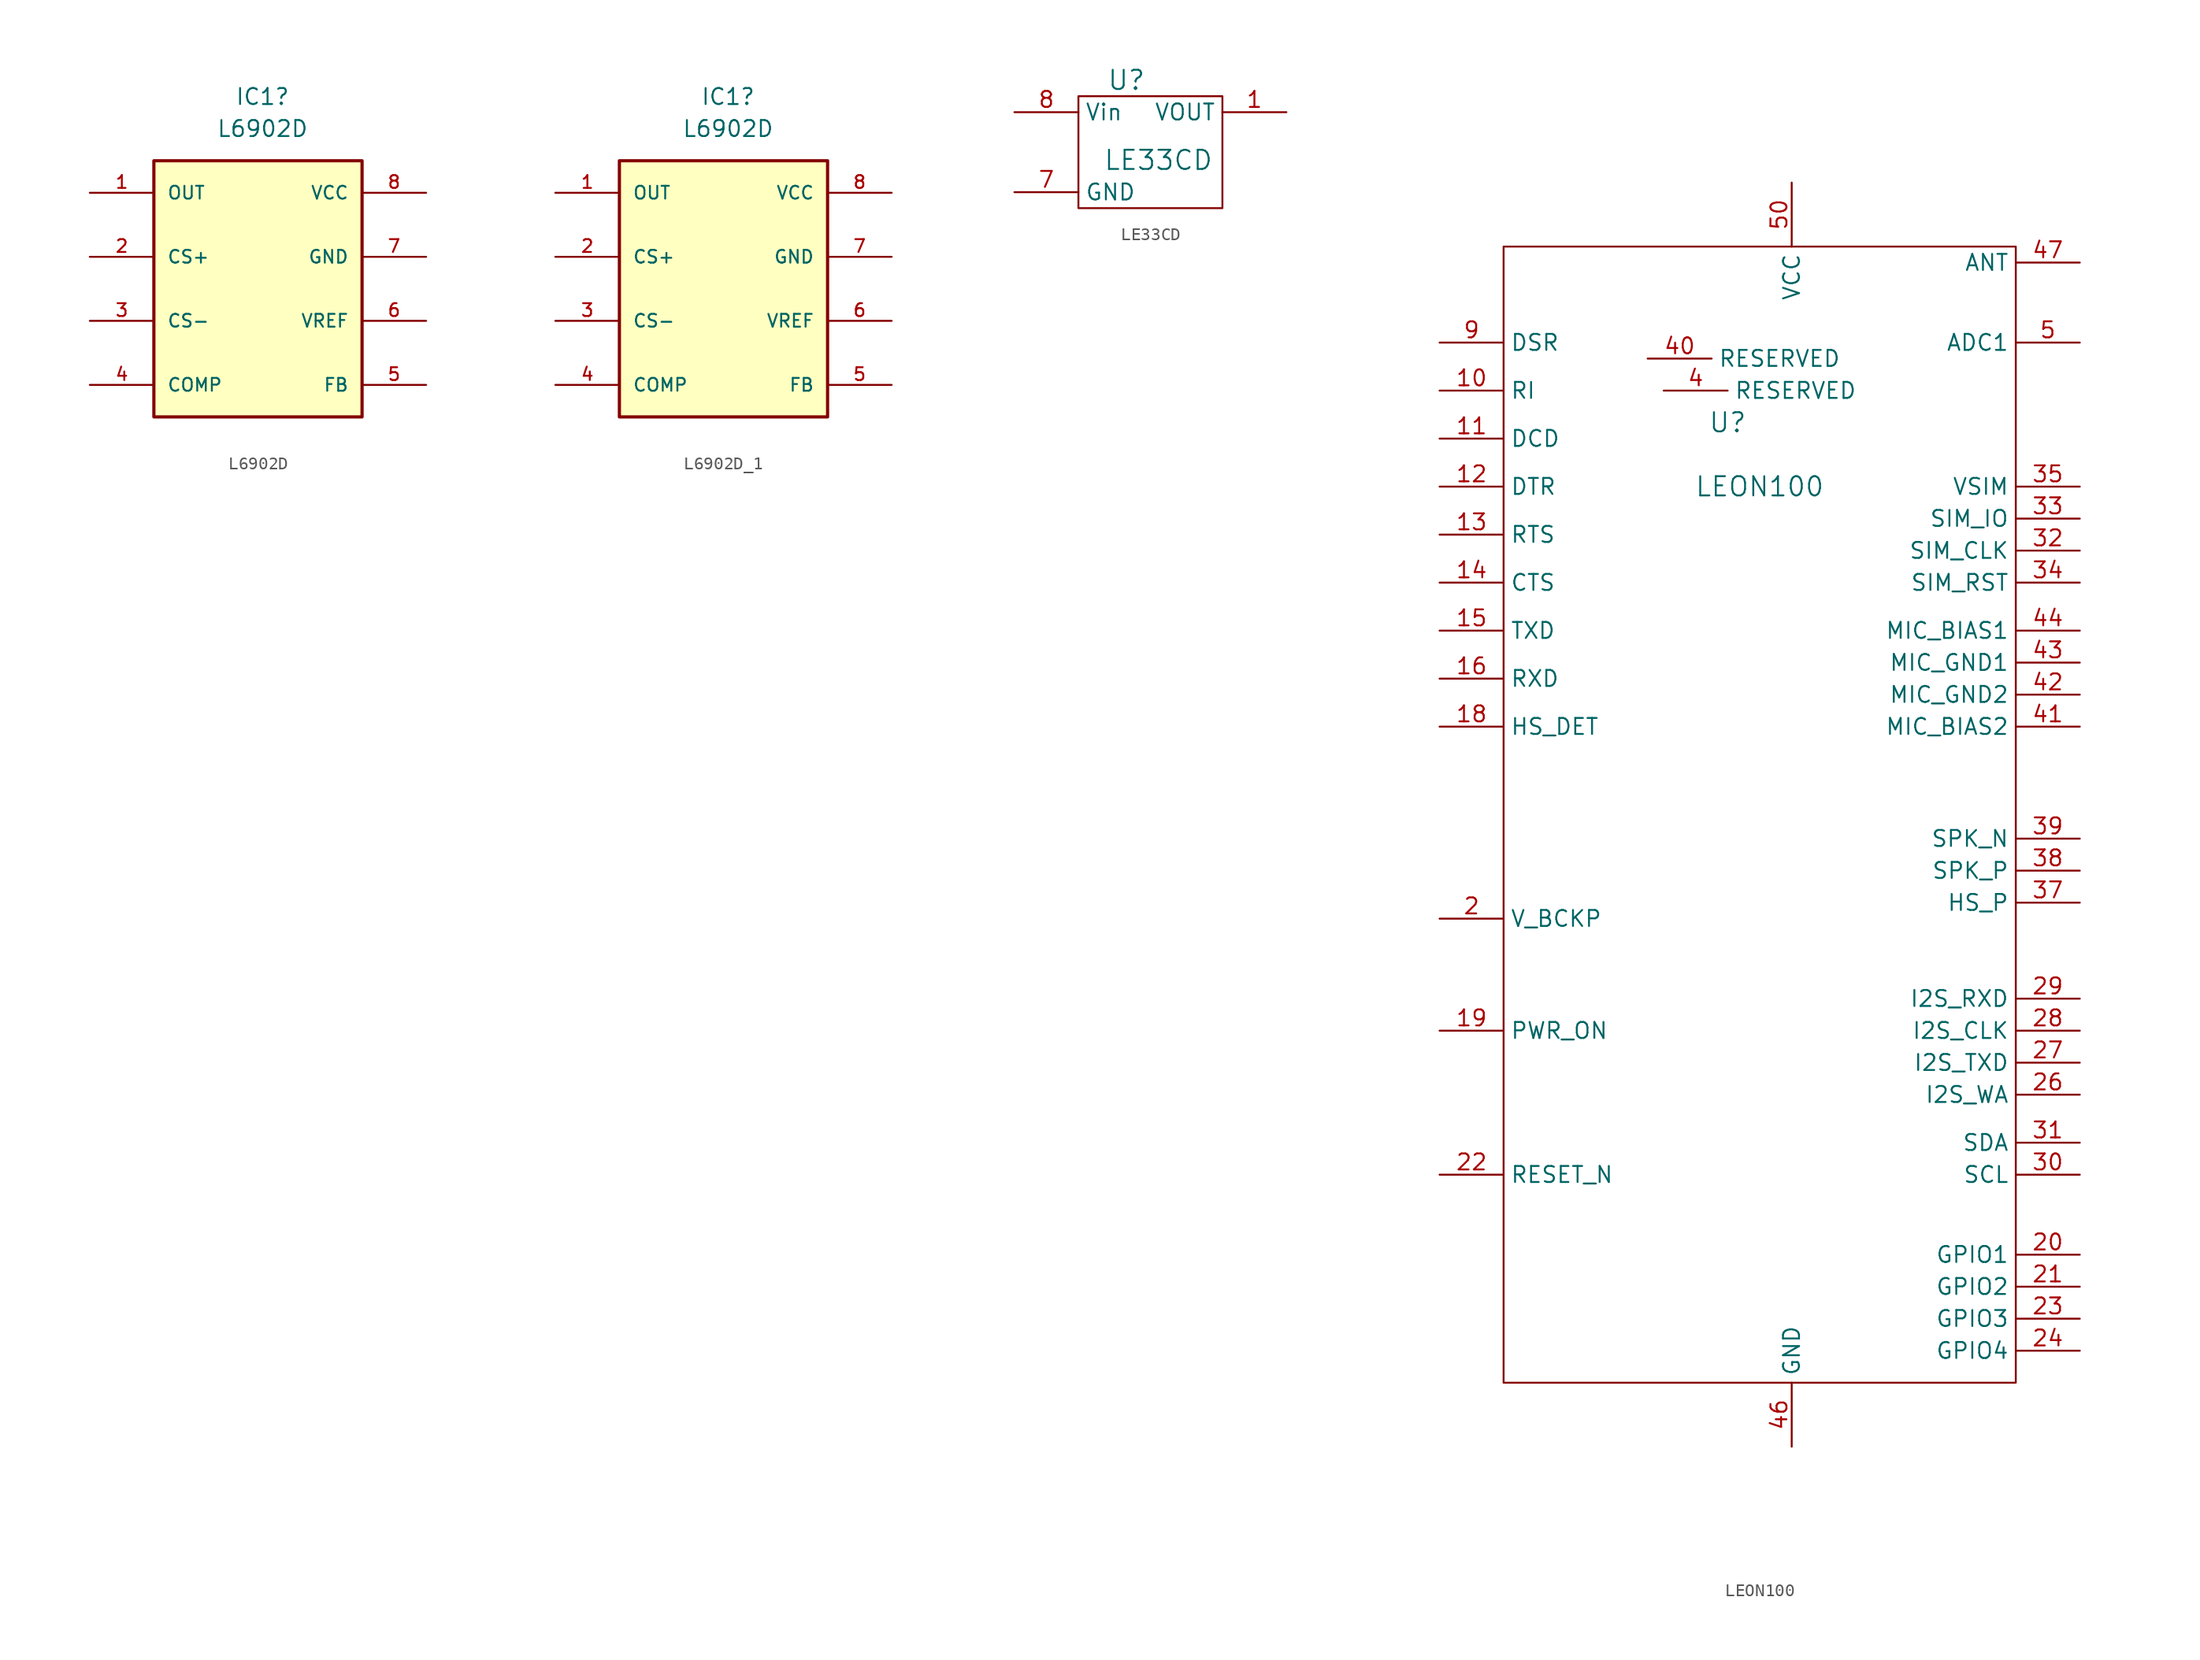
<source format=kicad_sym>
(kicad_symbol_lib
  (version 20220914)
  (generator kicad_symbol_editor)
  (symbol "L6902D"
    (pin_names
      (offset 1.016))
    (property "Reference" "IC1"
      (at -0.27 15.24 0)
      (effects (font (size 1.27 1.27))))
    (property "Value" "L6902D"
      (at -0.27 12.7 0)
      (effects (font (size 1.27 1.27))))
    (symbol "L6902D_0_0"
      (rectangle (start -8.89 10.16) (end 7.62 -10.16) (stroke (width 0.254) (type default)) (fill (type background)))
      (pin output line (at -13.97 7.62 0) (length 5.08) (name "OUT" (effects (font (size 1.016 1.016)))) (number "1" (effects (font (size 1.016 1.016)))))
      (pin input line (at -13.97 2.54 0) (length 5.08) (name "CS+" (effects (font (size 1.016 1.016)))) (number "2" (effects (font (size 1.016 1.016)))))
      (pin input line (at -13.97 -2.54 0) (length 5.08) (name "CS-" (effects (font (size 1.016 1.016)))) (number "3" (effects (font (size 1.016 1.016)))))
      (pin bidirectional line (at -13.97 -7.62 0) (length 5.08) (name "COMP" (effects (font (size 1.016 1.016)))) (number "4" (effects (font (size 1.016 1.016)))))
      (pin input line (at 12.7 -7.62 180) (length 5.08) (name "FB" (effects (font (size 1.016 1.016)))) (number "5" (effects (font (size 1.016 1.016)))))
      (pin input line (at 12.7 -2.54 180) (length 5.08) (name "VREF" (effects (font (size 1.016 1.016)))) (number "6" (effects (font (size 1.016 1.016)))))
      (pin power_in line (at 12.7 2.54 180) (length 5.08) (name "GND" (effects (font (size 1.016 1.016)))) (number "7" (effects (font (size 1.016 1.016)))))
      (pin power_in line (at 12.7 7.62 180) (length 5.08) (name "VCC" (effects (font (size 1.016 1.016)))) (number "8" (effects (font (size 1.016 1.016)))))))
  (symbol "L6902D_1"
    (pin_names
      (offset 1.016))
    (property "Reference" "IC1"
      (at -0.27 15.24 0)
      (effects (font (size 1.27 1.27))))
    (property "Value" "L6902D"
      (at -0.27 12.7 0)
      (effects (font (size 1.27 1.27))))
    (symbol "L6902D_1_0_0"
      (rectangle (start -8.89 10.16) (end 7.62 -10.16) (stroke (width 0.254) (type default)) (fill (type background)))
      (pin output line (at -13.97 7.62 0) (length 5.08) (name "OUT" (effects (font (size 1.016 1.016)))) (number "1" (effects (font (size 1.016 1.016)))))
      (pin input line (at -13.97 2.54 0) (length 5.08) (name "CS+" (effects (font (size 1.016 1.016)))) (number "2" (effects (font (size 1.016 1.016)))))
      (pin input line (at -13.97 -2.54 0) (length 5.08) (name "CS-" (effects (font (size 1.016 1.016)))) (number "3" (effects (font (size 1.016 1.016)))))
      (pin bidirectional line (at -13.97 -7.62 0) (length 5.08) (name "COMP" (effects (font (size 1.016 1.016)))) (number "4" (effects (font (size 1.016 1.016)))))
      (pin input line (at 12.7 -7.62 180) (length 5.08) (name "FB" (effects (font (size 1.016 1.016)))) (number "5" (effects (font (size 1.016 1.016)))))
      (pin input line (at 12.7 -2.54 180) (length 5.08) (name "VREF" (effects (font (size 1.016 1.016)))) (number "6" (effects (font (size 1.016 1.016)))))
      (pin power_in line (at 12.7 2.54 180) (length 5.08) (name "GND" (effects (font (size 1.016 1.016)))) (number "7" (effects (font (size 1.016 1.016)))))
      (pin power_in line (at 12.7 7.62 180) (length 5.08) (name "VCC" (effects (font (size 1.016 1.016)))) (number "8" (effects (font (size 1.016 1.016)))))))
  (symbol "LE33CD"
    (property "Reference" "U"
      (at -1.27 5.08 0)
      (effects (font (size 1.524 1.524))))
    (property "Value" "LE33CD"
      (at 1.27 -1.27 0)
      (effects (font (size 1.524 1.524))))
    (property "Footprint" ""
      (at 5.08 -1.27 0)
      (effects (font (size 1.524 1.524))))
    (property "Datasheet" ""
      (at 5.08 -1.27 0)
      (effects (font (size 1.524 1.524))))
    (symbol "LE33CD_0_1"
      (rectangle (start -5.08 3.81) (end 6.35 -5.08) (stroke (width 0) (type default)) (fill (type none))))
    (symbol "LE33CD_1_1"
      (pin bidirectional line (at 11.43 2.54 180) (length 5.08) (name "VOUT" (effects (font (size 1.27 1.27)))) (number "1" (effects (font (size 1.27 1.27)))))
      (pin bidirectional line (at -10.16 -3.81 0) (length 5.08) hide (name "GND" (effects (font (size 1.27 1.27)))) (number "2" (effects (font (size 1.27 1.27)))))
      (pin bidirectional line (at -10.16 -3.81 0) (length 5.08) hide (name "GND" (effects (font (size 1.27 1.27)))) (number "3" (effects (font (size 1.27 1.27)))))
      (pin bidirectional line (at -3.81 1.27 0) (length 5.08) hide (name "NC" (effects (font (size 1.27 1.27)))) (number "4" (effects (font (size 1.27 1.27)))))
      (pin bidirectional line (at -10.16 -3.81 0) (length 5.08) hide (name "GND" (effects (font (size 1.27 1.27)))) (number "5" (effects (font (size 1.27 1.27)))))
      (pin bidirectional line (at -10.16 -3.81 0) (length 5.08) hide (name "GND" (effects (font (size 1.27 1.27)))) (number "6" (effects (font (size 1.27 1.27)))))
      (pin bidirectional line (at -10.16 -3.81 0) (length 5.08) (name "GND" (effects (font (size 1.27 1.27)))) (number "7" (effects (font (size 1.27 1.27)))))
      (pin bidirectional line (at -10.16 2.54 0) (length 5.08) (name "Vin" (effects (font (size 1.27 1.27)))) (number "8" (effects (font (size 1.27 1.27)))))))
  (symbol "LEON100"
    (property "Reference" "U"
      (at -3.81 33.02 0)
      (effects (font (size 1.524 1.524))))
    (property "Value" "LEON100"
      (at -1.27 27.94 0)
      (effects (font (size 1.524 1.524))))
    (property "Footprint" ""
      (at 2.54 25.4 0)
      (effects (font (size 1.524 1.524))))
    (property "Datasheet" ""
      (at 2.54 25.4 0)
      (effects (font (size 1.524 1.524))))
    (symbol "LEON100_0_1"
      (rectangle (start -21.59 46.99) (end 19.05 -43.18) (stroke (width 0) (type default)) (fill (type none))))
    (symbol "LEON100_1_1"
      (pin unspecified line (at 1.27 -48.26 90) (length 5.08) hide (name "GND" (effects (font (size 1.27 1.27)))) (number "1" (effects (font (size 1.27 1.27)))))
      (pin unspecified line (at -26.67 35.56 0) (length 5.08) (name "RI" (effects (font (size 1.27 1.27)))) (number "10" (effects (font (size 1.27 1.27)))))
      (pin unspecified line (at -26.67 31.75 0) (length 5.08) (name "DCD" (effects (font (size 1.27 1.27)))) (number "11" (effects (font (size 1.27 1.27)))))
      (pin unspecified line (at -26.67 27.94 0) (length 5.08) (name "DTR" (effects (font (size 1.27 1.27)))) (number "12" (effects (font (size 1.27 1.27)))))
      (pin unspecified line (at -26.67 24.13 0) (length 5.08) (name "RTS" (effects (font (size 1.27 1.27)))) (number "13" (effects (font (size 1.27 1.27)))))
      (pin unspecified line (at -26.67 20.32 0) (length 5.08) (name "CTS" (effects (font (size 1.27 1.27)))) (number "14" (effects (font (size 1.27 1.27)))))
      (pin unspecified line (at -26.67 16.51 0) (length 5.08) (name "TXD" (effects (font (size 1.27 1.27)))) (number "15" (effects (font (size 1.27 1.27)))))
      (pin unspecified line (at -26.67 12.7 0) (length 5.08) (name "RXD" (effects (font (size 1.27 1.27)))) (number "16" (effects (font (size 1.27 1.27)))))
      (pin unspecified line (at 1.27 -48.26 90) (length 5.08) hide (name "GND" (effects (font (size 1.27 1.27)))) (number "17" (effects (font (size 1.27 1.27)))))
      (pin unspecified line (at -26.67 8.89 0) (length 5.08) (name "HS_DET" (effects (font (size 1.27 1.27)))) (number "18" (effects (font (size 1.27 1.27)))))
      (pin unspecified line (at -26.67 -15.24 0) (length 5.08) (name "PWR_ON" (effects (font (size 1.27 1.27)))) (number "19" (effects (font (size 1.27 1.27)))))
      (pin unspecified line (at -26.67 -6.35 0) (length 5.08) (name "V_BCKP" (effects (font (size 1.27 1.27)))) (number "2" (effects (font (size 1.27 1.27)))))
      (pin unspecified line (at 24.13 -33.02 180) (length 5.08) (name "GPIO1" (effects (font (size 1.27 1.27)))) (number "20" (effects (font (size 1.27 1.27)))))
      (pin unspecified line (at 24.13 -35.56 180) (length 5.08) (name "GPIO2" (effects (font (size 1.27 1.27)))) (number "21" (effects (font (size 1.27 1.27)))))
      (pin unspecified line (at -26.67 -26.67 0) (length 5.08) (name "RESET_N" (effects (font (size 1.27 1.27)))) (number "22" (effects (font (size 1.27 1.27)))))
      (pin unspecified line (at 24.13 -38.1 180) (length 5.08) (name "GPIO3" (effects (font (size 1.27 1.27)))) (number "23" (effects (font (size 1.27 1.27)))))
      (pin unspecified line (at 24.13 -40.64 180) (length 5.08) (name "GPIO4" (effects (font (size 1.27 1.27)))) (number "24" (effects (font (size 1.27 1.27)))))
      (pin unspecified line (at 1.27 -48.26 90) (length 5.08) hide (name "GND" (effects (font (size 1.27 1.27)))) (number "25" (effects (font (size 1.27 1.27)))))
      (pin unspecified line (at 24.13 -20.32 180) (length 5.08) (name "I2S_WA" (effects (font (size 1.27 1.27)))) (number "26" (effects (font (size 1.27 1.27)))))
      (pin unspecified line (at 24.13 -17.78 180) (length 5.08) (name "I2S_TXD" (effects (font (size 1.27 1.27)))) (number "27" (effects (font (size 1.27 1.27)))))
      (pin unspecified line (at 24.13 -15.24 180) (length 5.08) (name "I2S_CLK" (effects (font (size 1.27 1.27)))) (number "28" (effects (font (size 1.27 1.27)))))
      (pin unspecified line (at 24.13 -12.7 180) (length 5.08) (name "I2S_RXD" (effects (font (size 1.27 1.27)))) (number "29" (effects (font (size 1.27 1.27)))))
      (pin unspecified line (at 1.27 -48.26 90) (length 5.08) hide (name "GND" (effects (font (size 1.27 1.27)))) (number "3" (effects (font (size 1.27 1.27)))))
      (pin unspecified line (at 24.13 -26.67 180) (length 5.08) (name "SCL" (effects (font (size 1.27 1.27)))) (number "30" (effects (font (size 1.27 1.27)))))
      (pin unspecified line (at 24.13 -24.13 180) (length 5.08) (name "SDA" (effects (font (size 1.27 1.27)))) (number "31" (effects (font (size 1.27 1.27)))))
      (pin unspecified line (at 24.13 22.86 180) (length 5.08) (name "SIM_CLK" (effects (font (size 1.27 1.27)))) (number "32" (effects (font (size 1.27 1.27)))))
      (pin unspecified line (at 24.13 25.4 180) (length 5.08) (name "SIM_IO" (effects (font (size 1.27 1.27)))) (number "33" (effects (font (size 1.27 1.27)))))
      (pin unspecified line (at 24.13 20.32 180) (length 5.08) (name "SIM_RST" (effects (font (size 1.27 1.27)))) (number "34" (effects (font (size 1.27 1.27)))))
      (pin unspecified line (at 24.13 27.94 180) (length 5.08) (name "VSIM" (effects (font (size 1.27 1.27)))) (number "35" (effects (font (size 1.27 1.27)))))
      (pin unspecified line (at 1.27 -48.26 90) (length 5.08) hide (name "GND" (effects (font (size 1.27 1.27)))) (number "36" (effects (font (size 1.27 1.27)))))
      (pin unspecified line (at 24.13 -5.08 180) (length 5.08) (name "HS_P" (effects (font (size 1.27 1.27)))) (number "37" (effects (font (size 1.27 1.27)))))
      (pin unspecified line (at 24.13 -2.54 180) (length 5.08) (name "SPK_P" (effects (font (size 1.27 1.27)))) (number "38" (effects (font (size 1.27 1.27)))))
      (pin unspecified line (at 24.13 0 180) (length 5.08) (name "SPK_N" (effects (font (size 1.27 1.27)))) (number "39" (effects (font (size 1.27 1.27)))))
      (pin unspecified line (at -8.89 35.56 0) (length 5.08) (name "RESERVED" (effects (font (size 1.27 1.27)))) (number "4" (effects (font (size 1.27 1.27)))))
      (pin unspecified line (at -10.16 38.1 0) (length 5.08) (name "RESERVED" (effects (font (size 1.27 1.27)))) (number "40" (effects (font (size 1.27 1.27)))))
      (pin unspecified line (at 24.13 8.89 180) (length 5.08) (name "MIC_BIAS2" (effects (font (size 1.27 1.27)))) (number "41" (effects (font (size 1.27 1.27)))))
      (pin unspecified line (at 24.13 11.43 180) (length 5.08) (name "MIC_GND2" (effects (font (size 1.27 1.27)))) (number "42" (effects (font (size 1.27 1.27)))))
      (pin unspecified line (at 24.13 13.97 180) (length 5.08) (name "MIC_GND1" (effects (font (size 1.27 1.27)))) (number "43" (effects (font (size 1.27 1.27)))))
      (pin unspecified line (at 24.13 16.51 180) (length 5.08) (name "MIC_BIAS1" (effects (font (size 1.27 1.27)))) (number "44" (effects (font (size 1.27 1.27)))))
      (pin unspecified line (at 1.27 -48.26 90) (length 5.08) hide (name "GND" (effects (font (size 1.27 1.27)))) (number "45" (effects (font (size 1.27 1.27)))))
      (pin unspecified line (at 1.27 -48.26 90) (length 5.08) (name "GND" (effects (font (size 1.27 1.27)))) (number "46" (effects (font (size 1.27 1.27)))))
      (pin unspecified line (at 24.13 45.72 180) (length 5.08) (name "ANT" (effects (font (size 1.27 1.27)))) (number "47" (effects (font (size 1.27 1.27)))))
      (pin unspecified line (at 1.27 -48.26 90) (length 5.08) hide (name "GND" (effects (font (size 1.27 1.27)))) (number "48" (effects (font (size 1.27 1.27)))))
      (pin unspecified line (at 1.27 -48.26 90) (length 5.08) hide (name "GND" (effects (font (size 1.27 1.27)))) (number "49" (effects (font (size 1.27 1.27)))))
      (pin unspecified line (at 24.13 39.37 180) (length 5.08) (name "ADC1" (effects (font (size 1.27 1.27)))) (number "5" (effects (font (size 1.27 1.27)))))
      (pin unspecified line (at 1.27 52.07 270) (length 5.08) (name "VCC" (effects (font (size 1.27 1.27)))) (number "50" (effects (font (size 1.27 1.27)))))
      (pin unspecified line (at 1.27 -48.26 90) (length 5.08) hide (name "GND" (effects (font (size 1.27 1.27)))) (number "6" (effects (font (size 1.27 1.27)))))
      (pin unspecified line (at 1.27 -48.26 90) (length 5.08) hide (name "GND" (effects (font (size 1.27 1.27)))) (number "7" (effects (font (size 1.27 1.27)))))
      (pin unspecified line (at 1.27 -48.26 90) (length 5.08) hide (name "GND" (effects (font (size 1.27 1.27)))) (number "8" (effects (font (size 1.27 1.27)))))
      (pin unspecified line (at -26.67 39.37 0) (length 5.08) (name "DSR" (effects (font (size 1.27 1.27)))) (number "9" (effects (font (size 1.27 1.27))))))))
</source>
